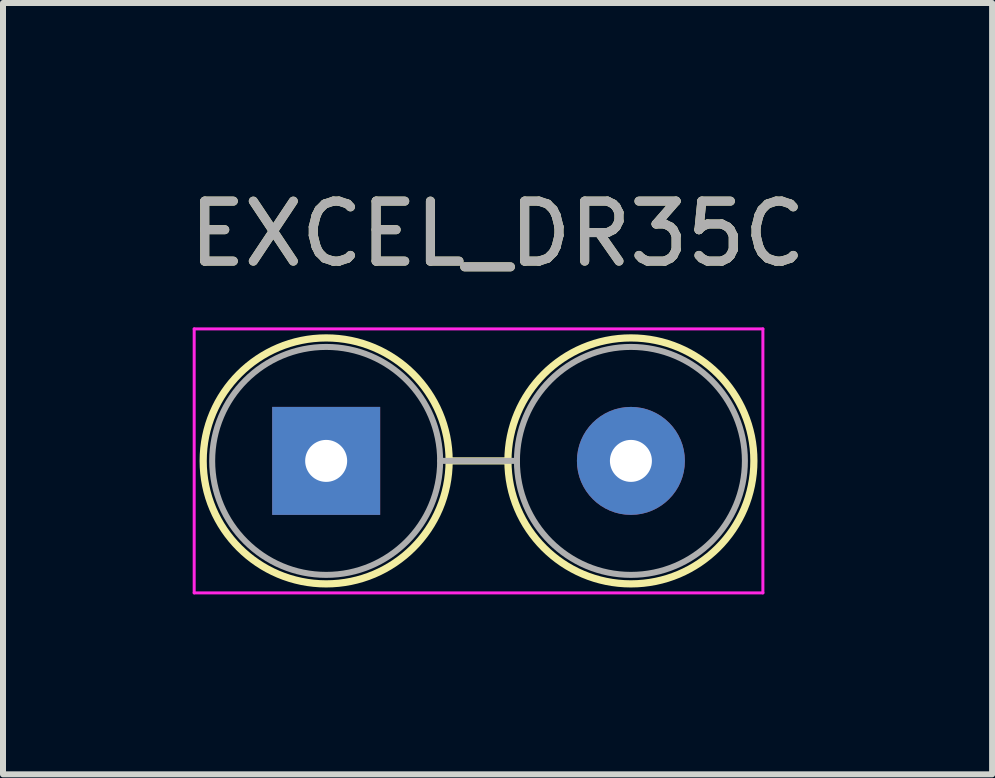
<source format=kicad_pcb>
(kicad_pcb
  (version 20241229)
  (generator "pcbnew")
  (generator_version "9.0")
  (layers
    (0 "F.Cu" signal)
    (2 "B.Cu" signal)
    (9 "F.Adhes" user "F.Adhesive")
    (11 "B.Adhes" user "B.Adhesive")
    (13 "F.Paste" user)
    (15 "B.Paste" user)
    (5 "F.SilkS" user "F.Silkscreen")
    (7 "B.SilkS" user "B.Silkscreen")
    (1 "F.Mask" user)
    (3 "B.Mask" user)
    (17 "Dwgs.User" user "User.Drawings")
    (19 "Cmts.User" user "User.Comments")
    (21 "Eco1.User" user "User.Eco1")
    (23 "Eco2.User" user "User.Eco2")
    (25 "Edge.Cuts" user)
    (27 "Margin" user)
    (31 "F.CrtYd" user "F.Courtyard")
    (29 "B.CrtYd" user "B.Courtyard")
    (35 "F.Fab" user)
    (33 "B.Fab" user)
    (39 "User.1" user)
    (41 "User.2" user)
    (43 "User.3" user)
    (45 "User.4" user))
  (footprint "EXCEL_DR35C"
    (layer "F.Cu")
    (at 2.387 4.633)
    (property "Reference" "EXCEL_DR35C" (at 2.857 -3.785 0) (layer "F.SilkS") (effects (font (size 1 1) (thickness 0.15))))
    (attr through_hole)
    (fp_line (start 2.05 0) (end 3.03 0) (stroke (width 0.12) (type solid)) (layer "F.SilkS"))
    (fp_circle (center 0 0) (end 2.05 0) (stroke (width 0.12) (type solid)) (fill no) (layer "F.SilkS"))
    (fp_circle (center 5.08 0) (end 7.13 0) (stroke (width 0.12) (type solid)) (fill no) (layer "F.SilkS"))
    (fp_line (start -2.2 -2.2) (end -2.2 2.2) (stroke (width 0.05) (type solid)) (layer "F.CrtYd"))
    (fp_line (start -2.2 2.2) (end 7.28 2.2) (stroke (width 0.05) (type solid)) (layer "F.CrtYd"))
    (fp_line (start 7.28 -2.2) (end -2.2 -2.2) (stroke (width 0.05) (type solid)) (layer "F.CrtYd"))
    (fp_line (start 7.28 2.2) (end 7.28 -2.2) (stroke (width 0.05) (type solid)) (layer "F.CrtYd"))
    (fp_line (start 1.9 0) (end 3.18 0) (stroke (width 0.1) (type solid)) (layer "F.Fab"))
    (fp_circle (center 0 0) (end 1.9 0) (stroke (width 0.1) (type solid)) (fill no) (layer "F.Fab"))
    (fp_circle (center 5.08 0) (end 6.98 0) (stroke (width 0.1) (type solid)) (fill no) (layer "F.Fab"))
    (fp_text user "${REFERENCE}" (at 2.857 -3.785 0) (layer "F.Fab") (effects (font (size 1 1) (thickness 0.15))))
    (pad "1" thru_hole rect (at 0 0) (size 1.8 1.8) (drill 0.7) (layers "*.Cu" "*.Mask"))
    (pad "2" thru_hole oval (at 5.08 0) (size 1.8 1.8) (drill 0.7) (layers "*.Cu" "*.Mask")))
  (gr_rect
    (start -3 -3)
    (end 13.488 9.858)
    (stroke (width 0.1) (type default))
    (fill no)
    (layer "Edge.Cuts")))
</source>
